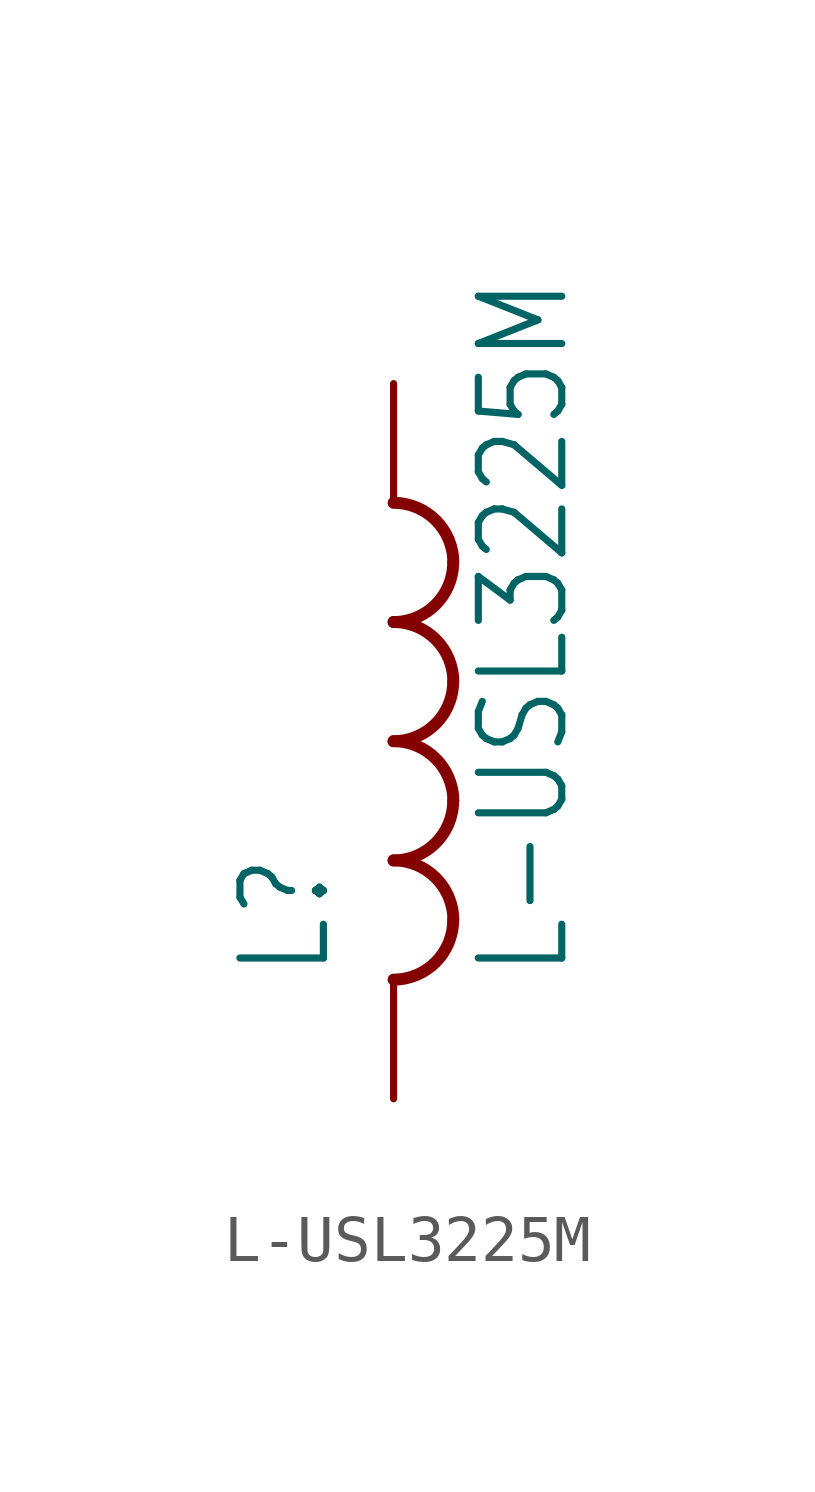
<source format=kicad_sym>
(kicad_symbol_lib
  (version 20211014)
  (generator kicad_symbol_editor)
  (symbol "L-USL3225M"
    (property "Reference" "L"
      (at -1.27 -5.08 90)
      (effects (font (size 1.778 1.511)) (justify left bottom)))
    (property "Value" "L-USL3225M"
      (at 3.81 -5.08 90)
      (effects (font (size 1.778 1.511)) (justify left bottom)))
    (property "ki_locked" ""
      (at 0 0 0)
      (effects (font (size 1.27 1.27))))
    (symbol "L-USL3225M_1_0"
      (arc (start 0 -5.08) (mid 0.898 -4.708) (end 1.27 -3.81) (stroke (width 0.254) (type default) (color 0 0 0 0)) (fill (type none)))
      (arc (start 0 -2.54) (mid 0.898 -2.168) (end 1.27 -1.27) (stroke (width 0.254) (type default) (color 0 0 0 0)) (fill (type none)))
      (arc (start 0 0) (mid 0.898 0.372) (end 1.27 1.27) (stroke (width 0.254) (type default) (color 0 0 0 0)) (fill (type none)))
      (arc (start 0 2.54) (mid 0.898 2.912) (end 1.27 3.81) (stroke (width 0.254) (type default) (color 0 0 0 0)) (fill (type none)))
      (arc (start 1.27 -3.81) (mid 0.898 -2.912) (end 0 -2.54) (stroke (width 0.254) (type default) (color 0 0 0 0)) (fill (type none)))
      (arc (start 1.27 -1.27) (mid 0.898 -0.372) (end 0 0) (stroke (width 0.254) (type default) (color 0 0 0 0)) (fill (type none)))
      (arc (start 1.27 1.27) (mid 0.898 2.168) (end 0 2.54) (stroke (width 0.254) (type default) (color 0 0 0 0)) (fill (type none)))
      (arc (start 1.27 3.81) (mid 0.898 4.708) (end 0 5.08) (stroke (width 0.254) (type default) (color 0 0 0 0)) (fill (type none)))
      (pin passive line (at 0 7.62 270) (length 2.54) (name "1" (effects (font (size 0 0)))) (number "1" (effects (font (size 0 0)))))
      (pin passive line (at 0 -7.62 90) (length 2.54) (name "2" (effects (font (size 0 0)))) (number "2" (effects (font (size 0 0))))))))
</source>
